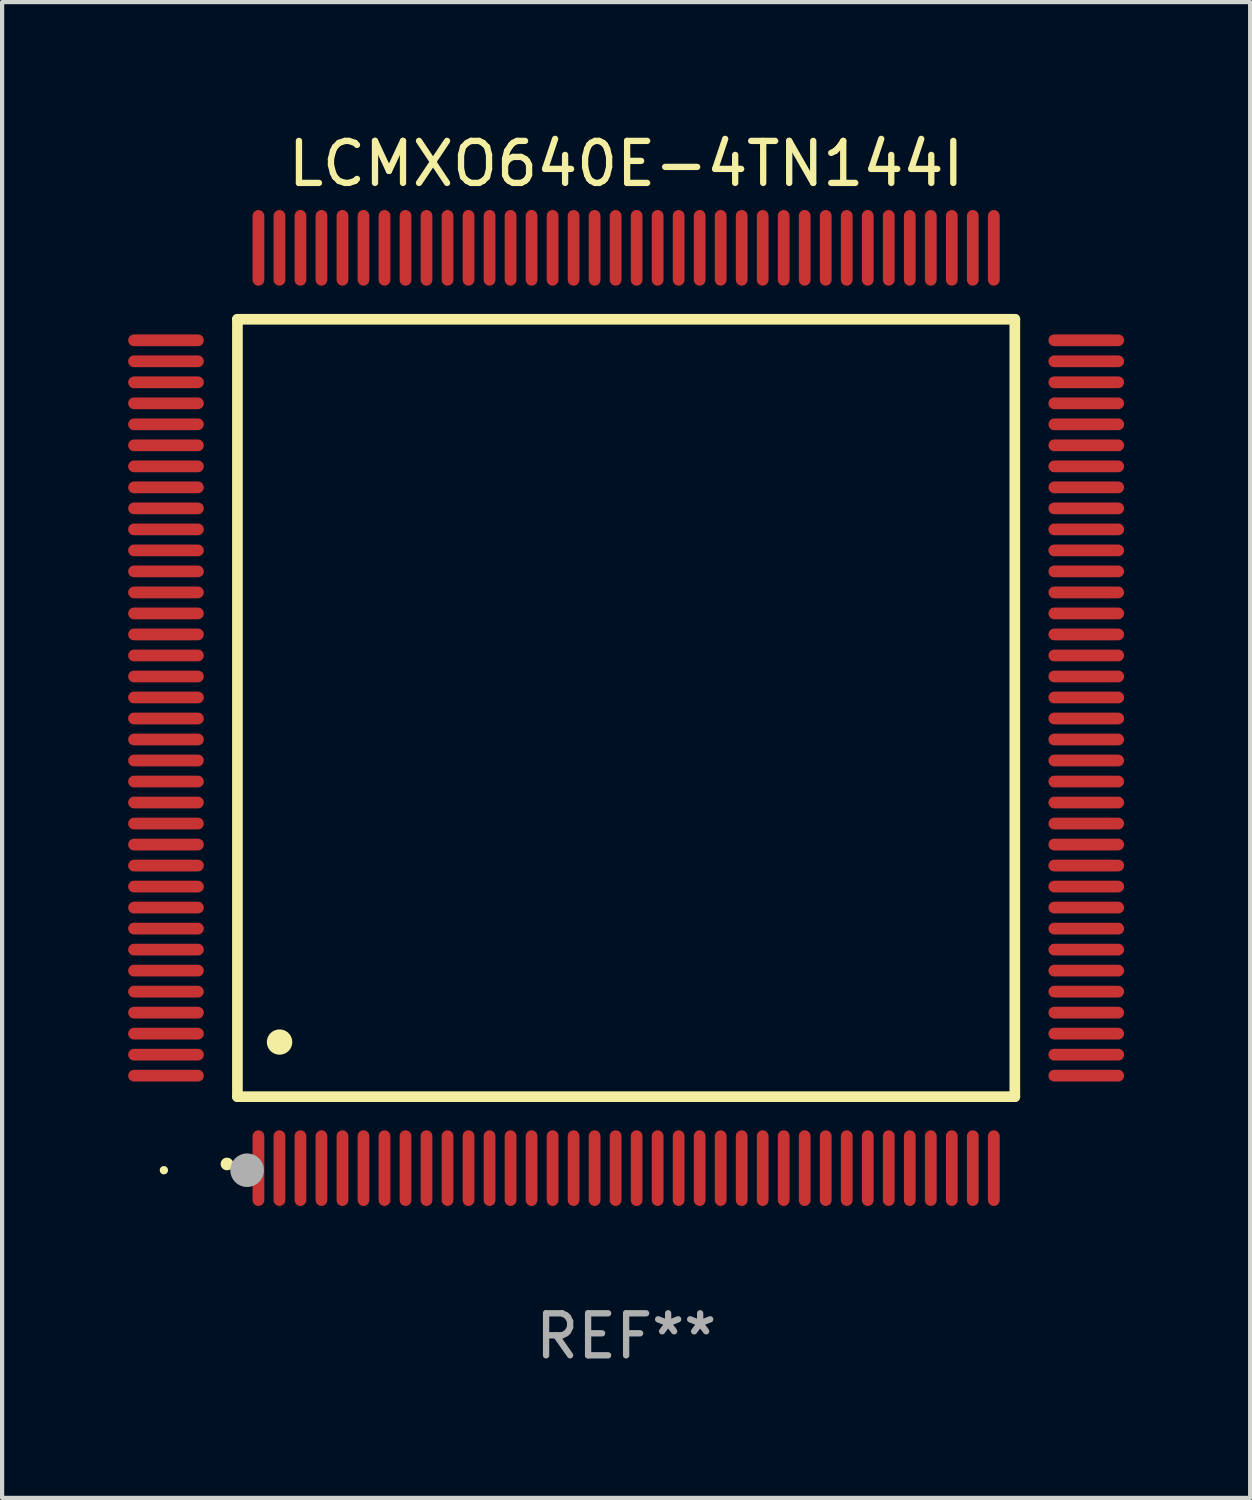
<source format=kicad_pcb>
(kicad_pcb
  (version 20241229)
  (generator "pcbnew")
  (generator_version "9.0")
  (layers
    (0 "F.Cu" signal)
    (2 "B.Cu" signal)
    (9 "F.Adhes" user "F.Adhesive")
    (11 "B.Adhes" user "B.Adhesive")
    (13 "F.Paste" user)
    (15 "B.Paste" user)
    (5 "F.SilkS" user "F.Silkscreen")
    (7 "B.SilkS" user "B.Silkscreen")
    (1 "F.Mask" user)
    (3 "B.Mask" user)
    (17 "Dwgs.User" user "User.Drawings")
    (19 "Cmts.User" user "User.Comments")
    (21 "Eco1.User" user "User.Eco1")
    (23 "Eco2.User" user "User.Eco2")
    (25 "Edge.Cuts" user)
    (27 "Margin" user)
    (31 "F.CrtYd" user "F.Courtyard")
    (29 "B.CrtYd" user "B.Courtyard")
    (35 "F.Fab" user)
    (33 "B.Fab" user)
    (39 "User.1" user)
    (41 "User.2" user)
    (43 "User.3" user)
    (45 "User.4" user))
  (footprint "LCMXO640E-4TN144I"
    (layer "F.Cu")
    (at 11.85 13.798)
    (property "Reference" "LCMXO640E-4TN144I" (at 0 -12.95 0) (layer "F.SilkS") (effects (font (size 1 1) (thickness 0.15))))
    (attr through_hole)
    (fp_line (start -9.25 -9.25) (end -9.25 9.25) (stroke (width 0.254) (type solid)) (layer "F.SilkS"))
    (fp_line (start -9.25 9.25) (end 9.25 9.25) (stroke (width 0.254) (type solid)) (layer "F.SilkS"))
    (fp_line (start 9.25 -9.25) (end -9.25 -9.25) (stroke (width 0.254) (type solid)) (layer "F.SilkS"))
    (fp_line (start 9.25 9.25) (end 9.25 -9.25) (stroke (width 0.254) (type solid)) (layer "F.SilkS"))
    (fp_arc (start -9.499619 10.850902) (mid -9.498349 10.850897) (end -9.497079 10.850902) (stroke (width 0.3) (type solid)) (layer "F.SilkS"))
    (fp_arc (start -8.249936 7.950216) (mid -8.247396 7.950205) (end -8.244856 7.950216) (stroke (width 0.6) (type solid)) (layer "F.SilkS"))
    (fp_circle (center -11 11) (end -10.95 11) (stroke (width 0.1) (type solid)) (fill no) (layer "F.SilkS"))
    (fp_circle (center -9.02 11) (end -8.82 11) (stroke (width 0.4) (type solid)) (fill no) (layer "F.Fab"))
    (fp_text user "REF**" (at 0 14.95 0) (layer "F.Fab") (effects (font (size 1 1) (thickness 0.15))))
    (pad "1" smd oval (at -8.75 10.95) (size 0.28 1.8) (layers "F.Cu" "F.Mask" "F.Paste"))
    (pad "2" smd oval (at -8.25 10.95) (size 0.28 1.8) (layers "F.Cu" "F.Mask" "F.Paste"))
    (pad "3" smd oval (at -7.75 10.95) (size 0.28 1.8) (layers "F.Cu" "F.Mask" "F.Paste"))
    (pad "4" smd oval (at -7.25 10.95) (size 0.28 1.8) (layers "F.Cu" "F.Mask" "F.Paste"))
    (pad "5" smd oval (at -6.75 10.95) (size 0.28 1.8) (layers "F.Cu" "F.Mask" "F.Paste"))
    (pad "6" smd oval (at -6.25 10.95) (size 0.28 1.8) (layers "F.Cu" "F.Mask" "F.Paste"))
    (pad "7" smd oval (at -5.75 10.95) (size 0.28 1.8) (layers "F.Cu" "F.Mask" "F.Paste"))
    (pad "8" smd oval (at -5.25 10.95) (size 0.28 1.8) (layers "F.Cu" "F.Mask" "F.Paste"))
    (pad "9" smd oval (at -4.75 10.95) (size 0.28 1.8) (layers "F.Cu" "F.Mask" "F.Paste"))
    (pad "10" smd oval (at -4.25 10.95) (size 0.28 1.8) (layers "F.Cu" "F.Mask" "F.Paste"))
    (pad "11" smd oval (at -3.75 10.95) (size 0.28 1.8) (layers "F.Cu" "F.Mask" "F.Paste"))
    (pad "12" smd oval (at -3.25 10.95) (size 0.28 1.8) (layers "F.Cu" "F.Mask" "F.Paste"))
    (pad "13" smd oval (at -2.75 10.95) (size 0.28 1.8) (layers "F.Cu" "F.Mask" "F.Paste"))
    (pad "14" smd oval (at -2.25 10.95) (size 0.28 1.8) (layers "F.Cu" "F.Mask" "F.Paste"))
    (pad "15" smd oval (at -1.75 10.95) (size 0.28 1.8) (layers "F.Cu" "F.Mask" "F.Paste"))
    (pad "16" smd oval (at -1.25 10.95) (size 0.28 1.8) (layers "F.Cu" "F.Mask" "F.Paste"))
    (pad "17" smd oval (at -0.75 10.95) (size 0.28 1.8) (layers "F.Cu" "F.Mask" "F.Paste"))
    (pad "18" smd oval (at -0.25 10.95) (size 0.28 1.8) (layers "F.Cu" "F.Mask" "F.Paste"))
    (pad "19" smd oval (at 0.25 10.95) (size 0.28 1.8) (layers "F.Cu" "F.Mask" "F.Paste"))
    (pad "20" smd oval (at 0.75 10.95) (size 0.28 1.8) (layers "F.Cu" "F.Mask" "F.Paste"))
    (pad "21" smd oval (at 1.25 10.95) (size 0.28 1.8) (layers "F.Cu" "F.Mask" "F.Paste"))
    (pad "22" smd oval (at 1.75 10.95) (size 0.28 1.8) (layers "F.Cu" "F.Mask" "F.Paste"))
    (pad "23" smd oval (at 2.25 10.95) (size 0.28 1.8) (layers "F.Cu" "F.Mask" "F.Paste"))
    (pad "24" smd oval (at 2.75 10.95) (size 0.28 1.8) (layers "F.Cu" "F.Mask" "F.Paste"))
    (pad "25" smd oval (at 3.25 10.95) (size 0.28 1.8) (layers "F.Cu" "F.Mask" "F.Paste"))
    (pad "26" smd oval (at 3.75 10.95) (size 0.28 1.8) (layers "F.Cu" "F.Mask" "F.Paste"))
    (pad "27" smd oval (at 4.25 10.95) (size 0.28 1.8) (layers "F.Cu" "F.Mask" "F.Paste"))
    (pad "28" smd oval (at 4.75 10.95) (size 0.28 1.8) (layers "F.Cu" "F.Mask" "F.Paste"))
    (pad "29" smd oval (at 5.25 10.95) (size 0.28 1.8) (layers "F.Cu" "F.Mask" "F.Paste"))
    (pad "30" smd oval (at 5.75 10.95) (size 0.28 1.8) (layers "F.Cu" "F.Mask" "F.Paste"))
    (pad "31" smd oval (at 6.25 10.95) (size 0.28 1.8) (layers "F.Cu" "F.Mask" "F.Paste"))
    (pad "32" smd oval (at 6.75 10.95) (size 0.28 1.8) (layers "F.Cu" "F.Mask" "F.Paste"))
    (pad "33" smd oval (at 7.25 10.95) (size 0.28 1.8) (layers "F.Cu" "F.Mask" "F.Paste"))
    (pad "34" smd oval (at 7.75 10.95) (size 0.28 1.8) (layers "F.Cu" "F.Mask" "F.Paste"))
    (pad "35" smd oval (at 8.25 10.95) (size 0.28 1.8) (layers "F.Cu" "F.Mask" "F.Paste"))
    (pad "36" smd oval (at 8.75 10.95) (size 0.28 1.8) (layers "F.Cu" "F.Mask" "F.Paste"))
    (pad "37" smd oval (at 10.95 8.75) (size 1.8 0.28) (layers "F.Cu" "F.Mask" "F.Paste"))
    (pad "38" smd oval (at 10.95 8.25) (size 1.8 0.28) (layers "F.Cu" "F.Mask" "F.Paste"))
    (pad "39" smd oval (at 10.95 7.75) (size 1.8 0.28) (layers "F.Cu" "F.Mask" "F.Paste"))
    (pad "40" smd oval (at 10.95 7.25) (size 1.8 0.28) (layers "F.Cu" "F.Mask" "F.Paste"))
    (pad "41" smd oval (at 10.95 6.75) (size 1.8 0.28) (layers "F.Cu" "F.Mask" "F.Paste"))
    (pad "42" smd oval (at 10.95 6.25) (size 1.8 0.28) (layers "F.Cu" "F.Mask" "F.Paste"))
    (pad "43" smd oval (at 10.95 5.75) (size 1.8 0.28) (layers "F.Cu" "F.Mask" "F.Paste"))
    (pad "44" smd oval (at 10.95 5.25) (size 1.8 0.28) (layers "F.Cu" "F.Mask" "F.Paste"))
    (pad "45" smd oval (at 10.95 4.75) (size 1.8 0.28) (layers "F.Cu" "F.Mask" "F.Paste"))
    (pad "46" smd oval (at 10.95 4.25) (size 1.8 0.28) (layers "F.Cu" "F.Mask" "F.Paste"))
    (pad "47" smd oval (at 10.95 3.75) (size 1.8 0.28) (layers "F.Cu" "F.Mask" "F.Paste"))
    (pad "48" smd oval (at 10.95 3.25) (size 1.8 0.28) (layers "F.Cu" "F.Mask" "F.Paste"))
    (pad "49" smd oval (at 10.95 2.75) (size 1.8 0.28) (layers "F.Cu" "F.Mask" "F.Paste"))
    (pad "50" smd oval (at 10.95 2.25) (size 1.8 0.28) (layers "F.Cu" "F.Mask" "F.Paste"))
    (pad "51" smd oval (at 10.95 1.75) (size 1.8 0.28) (layers "F.Cu" "F.Mask" "F.Paste"))
    (pad "52" smd oval (at 10.95 1.25) (size 1.8 0.28) (layers "F.Cu" "F.Mask" "F.Paste"))
    (pad "53" smd oval (at 10.95 0.75) (size 1.8 0.28) (layers "F.Cu" "F.Mask" "F.Paste"))
    (pad "54" smd oval (at 10.95 0.25) (size 1.8 0.28) (layers "F.Cu" "F.Mask" "F.Paste"))
    (pad "55" smd oval (at 10.95 -0.25) (size 1.8 0.28) (layers "F.Cu" "F.Mask" "F.Paste"))
    (pad "56" smd oval (at 10.95 -0.75) (size 1.8 0.28) (layers "F.Cu" "F.Mask" "F.Paste"))
    (pad "57" smd oval (at 10.95 -1.25) (size 1.8 0.28) (layers "F.Cu" "F.Mask" "F.Paste"))
    (pad "58" smd oval (at 10.95 -1.75) (size 1.8 0.28) (layers "F.Cu" "F.Mask" "F.Paste"))
    (pad "59" smd oval (at 10.95 -2.25) (size 1.8 0.28) (layers "F.Cu" "F.Mask" "F.Paste"))
    (pad "60" smd oval (at 10.95 -2.75) (size 1.8 0.28) (layers "F.Cu" "F.Mask" "F.Paste"))
    (pad "61" smd oval (at 10.95 -3.25) (size 1.8 0.28) (layers "F.Cu" "F.Mask" "F.Paste"))
    (pad "62" smd oval (at 10.95 -3.75) (size 1.8 0.28) (layers "F.Cu" "F.Mask" "F.Paste"))
    (pad "63" smd oval (at 10.95 -4.25) (size 1.8 0.28) (layers "F.Cu" "F.Mask" "F.Paste"))
    (pad "64" smd oval (at 10.95 -4.75) (size 1.8 0.28) (layers "F.Cu" "F.Mask" "F.Paste"))
    (pad "65" smd oval (at 10.95 -5.25) (size 1.8 0.28) (layers "F.Cu" "F.Mask" "F.Paste"))
    (pad "66" smd oval (at 10.95 -5.75) (size 1.8 0.28) (layers "F.Cu" "F.Mask" "F.Paste"))
    (pad "67" smd oval (at 10.95 -6.25) (size 1.8 0.28) (layers "F.Cu" "F.Mask" "F.Paste"))
    (pad "68" smd oval (at 10.95 -6.75) (size 1.8 0.28) (layers "F.Cu" "F.Mask" "F.Paste"))
    (pad "69" smd oval (at 10.95 -7.25) (size 1.8 0.28) (layers "F.Cu" "F.Mask" "F.Paste"))
    (pad "70" smd oval (at 10.95 -7.75) (size 1.8 0.28) (layers "F.Cu" "F.Mask" "F.Paste"))
    (pad "71" smd oval (at 10.95 -8.25) (size 1.8 0.28) (layers "F.Cu" "F.Mask" "F.Paste"))
    (pad "72" smd oval (at 10.95 -8.75) (size 1.8 0.28) (layers "F.Cu" "F.Mask" "F.Paste"))
    (pad "73" smd oval (at 8.75 -10.95) (size 0.28 1.8) (layers "F.Cu" "F.Mask" "F.Paste"))
    (pad "74" smd oval (at 8.25 -10.95) (size 0.28 1.8) (layers "F.Cu" "F.Mask" "F.Paste"))
    (pad "75" smd oval (at 7.75 -10.95) (size 0.28 1.8) (layers "F.Cu" "F.Mask" "F.Paste"))
    (pad "76" smd oval (at 7.25 -10.95) (size 0.28 1.8) (layers "F.Cu" "F.Mask" "F.Paste"))
    (pad "77" smd oval (at 6.75 -10.95) (size 0.28 1.8) (layers "F.Cu" "F.Mask" "F.Paste"))
    (pad "78" smd oval (at 6.25 -10.95) (size 0.28 1.8) (layers "F.Cu" "F.Mask" "F.Paste"))
    (pad "79" smd oval (at 5.75 -10.95) (size 0.28 1.8) (layers "F.Cu" "F.Mask" "F.Paste"))
    (pad "80" smd oval (at 5.25 -10.95) (size 0.28 1.8) (layers "F.Cu" "F.Mask" "F.Paste"))
    (pad "81" smd oval (at 4.75 -10.95) (size 0.28 1.8) (layers "F.Cu" "F.Mask" "F.Paste"))
    (pad "82" smd oval (at 4.25 -10.95) (size 0.28 1.8) (layers "F.Cu" "F.Mask" "F.Paste"))
    (pad "83" smd oval (at 3.75 -10.95) (size 0.28 1.8) (layers "F.Cu" "F.Mask" "F.Paste"))
    (pad "84" smd oval (at 3.25 -10.95) (size 0.28 1.8) (layers "F.Cu" "F.Mask" "F.Paste"))
    (pad "85" smd oval (at 2.75 -10.95) (size 0.28 1.8) (layers "F.Cu" "F.Mask" "F.Paste"))
    (pad "86" smd oval (at 2.25 -10.95) (size 0.28 1.8) (layers "F.Cu" "F.Mask" "F.Paste"))
    (pad "87" smd oval (at 1.75 -10.95) (size 0.28 1.8) (layers "F.Cu" "F.Mask" "F.Paste"))
    (pad "88" smd oval (at 1.25 -10.95) (size 0.28 1.8) (layers "F.Cu" "F.Mask" "F.Paste"))
    (pad "89" smd oval (at 0.75 -10.95) (size 0.28 1.8) (layers "F.Cu" "F.Mask" "F.Paste"))
    (pad "90" smd oval (at 0.25 -10.95) (size 0.28 1.8) (layers "F.Cu" "F.Mask" "F.Paste"))
    (pad "91" smd oval (at -0.25 -10.95) (size 0.28 1.8) (layers "F.Cu" "F.Mask" "F.Paste"))
    (pad "92" smd oval (at -0.75 -10.95) (size 0.28 1.8) (layers "F.Cu" "F.Mask" "F.Paste"))
    (pad "93" smd oval (at -1.25 -10.95) (size 0.28 1.8) (layers "F.Cu" "F.Mask" "F.Paste"))
    (pad "94" smd oval (at -1.75 -10.95) (size 0.28 1.8) (layers "F.Cu" "F.Mask" "F.Paste"))
    (pad "95" smd oval (at -2.25 -10.95) (size 0.28 1.8) (layers "F.Cu" "F.Mask" "F.Paste"))
    (pad "96" smd oval (at -2.75 -10.95) (size 0.28 1.8) (layers "F.Cu" "F.Mask" "F.Paste"))
    (pad "97" smd oval (at -3.25 -10.95) (size 0.28 1.8) (layers "F.Cu" "F.Mask" "F.Paste"))
    (pad "98" smd oval (at -3.75 -10.95) (size 0.28 1.8) (layers "F.Cu" "F.Mask" "F.Paste"))
    (pad "99" smd oval (at -4.25 -10.95) (size 0.28 1.8) (layers "F.Cu" "F.Mask" "F.Paste"))
    (pad "100" smd oval (at -4.75 -10.95) (size 0.28 1.8) (layers "F.Cu" "F.Mask" "F.Paste"))
    (pad "101" smd oval (at -5.25 -10.95) (size 0.28 1.8) (layers "F.Cu" "F.Mask" "F.Paste"))
    (pad "102" smd oval (at -5.75 -10.95) (size 0.28 1.8) (layers "F.Cu" "F.Mask" "F.Paste"))
    (pad "103" smd oval (at -6.25 -10.95) (size 0.28 1.8) (layers "F.Cu" "F.Mask" "F.Paste"))
    (pad "104" smd oval (at -6.75 -10.95) (size 0.28 1.8) (layers "F.Cu" "F.Mask" "F.Paste"))
    (pad "105" smd oval (at -7.25 -10.95) (size 0.28 1.8) (layers "F.Cu" "F.Mask" "F.Paste"))
    (pad "106" smd oval (at -7.75 -10.95) (size 0.28 1.8) (layers "F.Cu" "F.Mask" "F.Paste"))
    (pad "107" smd oval (at -8.25 -10.95) (size 0.28 1.8) (layers "F.Cu" "F.Mask" "F.Paste"))
    (pad "108" smd oval (at -8.75 -10.95) (size 0.28 1.8) (layers "F.Cu" "F.Mask" "F.Paste"))
    (pad "109" smd oval (at -10.95 -8.75) (size 1.8 0.28) (layers "F.Cu" "F.Mask" "F.Paste"))
    (pad "110" smd oval (at -10.95 -8.25) (size 1.8 0.28) (layers "F.Cu" "F.Mask" "F.Paste"))
    (pad "111" smd oval (at -10.95 -7.75) (size 1.8 0.28) (layers "F.Cu" "F.Mask" "F.Paste"))
    (pad "112" smd oval (at -10.95 -7.25) (size 1.8 0.28) (layers "F.Cu" "F.Mask" "F.Paste"))
    (pad "113" smd oval (at -10.95 -6.75) (size 1.8 0.28) (layers "F.Cu" "F.Mask" "F.Paste"))
    (pad "114" smd oval (at -10.95 -6.25) (size 1.8 0.28) (layers "F.Cu" "F.Mask" "F.Paste"))
    (pad "115" smd oval (at -10.95 -5.75) (size 1.8 0.28) (layers "F.Cu" "F.Mask" "F.Paste"))
    (pad "116" smd oval (at -10.95 -5.25) (size 1.8 0.28) (layers "F.Cu" "F.Mask" "F.Paste"))
    (pad "117" smd oval (at -10.95 -4.75) (size 1.8 0.28) (layers "F.Cu" "F.Mask" "F.Paste"))
    (pad "118" smd oval (at -10.95 -4.25) (size 1.8 0.28) (layers "F.Cu" "F.Mask" "F.Paste"))
    (pad "119" smd oval (at -10.95 -3.75) (size 1.8 0.28) (layers "F.Cu" "F.Mask" "F.Paste"))
    (pad "120" smd oval (at -10.95 -3.25) (size 1.8 0.28) (layers "F.Cu" "F.Mask" "F.Paste"))
    (pad "121" smd oval (at -10.95 -2.75) (size 1.8 0.28) (layers "F.Cu" "F.Mask" "F.Paste"))
    (pad "122" smd oval (at -10.95 -2.25) (size 1.8 0.28) (layers "F.Cu" "F.Mask" "F.Paste"))
    (pad "123" smd oval (at -10.95 -1.75) (size 1.8 0.28) (layers "F.Cu" "F.Mask" "F.Paste"))
    (pad "124" smd oval (at -10.95 -1.25) (size 1.8 0.28) (layers "F.Cu" "F.Mask" "F.Paste"))
    (pad "125" smd oval (at -10.95 -0.75) (size 1.8 0.28) (layers "F.Cu" "F.Mask" "F.Paste"))
    (pad "126" smd oval (at -10.95 -0.25) (size 1.8 0.28) (layers "F.Cu" "F.Mask" "F.Paste"))
    (pad "127" smd oval (at -10.95 0.25) (size 1.8 0.28) (layers "F.Cu" "F.Mask" "F.Paste"))
    (pad "128" smd oval (at -10.95 0.75) (size 1.8 0.28) (layers "F.Cu" "F.Mask" "F.Paste"))
    (pad "129" smd oval (at -10.95 1.25) (size 1.8 0.28) (layers "F.Cu" "F.Mask" "F.Paste"))
    (pad "130" smd oval (at -10.95 1.75) (size 1.8 0.28) (layers "F.Cu" "F.Mask" "F.Paste"))
    (pad "131" smd oval (at -10.95 2.25) (size 1.8 0.28) (layers "F.Cu" "F.Mask" "F.Paste"))
    (pad "132" smd oval (at -10.95 2.75) (size 1.8 0.28) (layers "F.Cu" "F.Mask" "F.Paste"))
    (pad "133" smd oval (at -10.95 3.25) (size 1.8 0.28) (layers "F.Cu" "F.Mask" "F.Paste"))
    (pad "134" smd oval (at -10.95 3.75) (size 1.8 0.28) (layers "F.Cu" "F.Mask" "F.Paste"))
    (pad "135" smd oval (at -10.95 4.25) (size 1.8 0.28) (layers "F.Cu" "F.Mask" "F.Paste"))
    (pad "136" smd oval (at -10.95 4.75) (size 1.8 0.28) (layers "F.Cu" "F.Mask" "F.Paste"))
    (pad "137" smd oval (at -10.95 5.25) (size 1.8 0.28) (layers "F.Cu" "F.Mask" "F.Paste"))
    (pad "138" smd oval (at -10.95 5.75) (size 1.8 0.28) (layers "F.Cu" "F.Mask" "F.Paste"))
    (pad "139" smd oval (at -10.95 6.25) (size 1.8 0.28) (layers "F.Cu" "F.Mask" "F.Paste"))
    (pad "140" smd oval (at -10.95 6.75) (size 1.8 0.28) (layers "F.Cu" "F.Mask" "F.Paste"))
    (pad "141" smd oval (at -10.95 7.25) (size 1.8 0.28) (layers "F.Cu" "F.Mask" "F.Paste"))
    (pad "142" smd oval (at -10.95 7.75) (size 1.8 0.28) (layers "F.Cu" "F.Mask" "F.Paste"))
    (pad "143" smd oval (at -10.95 8.25) (size 1.8 0.28) (layers "F.Cu" "F.Mask" "F.Paste"))
    (pad "144" smd oval (at -10.95 8.75) (size 1.8 0.28) (layers "F.Cu" "F.Mask" "F.Paste")))
  (gr_rect
    (start -3 -3)
    (end 26.7 32.596)
    (stroke (width 0.1) (type default))
    (fill no)
    (layer "Edge.Cuts")))
</source>
